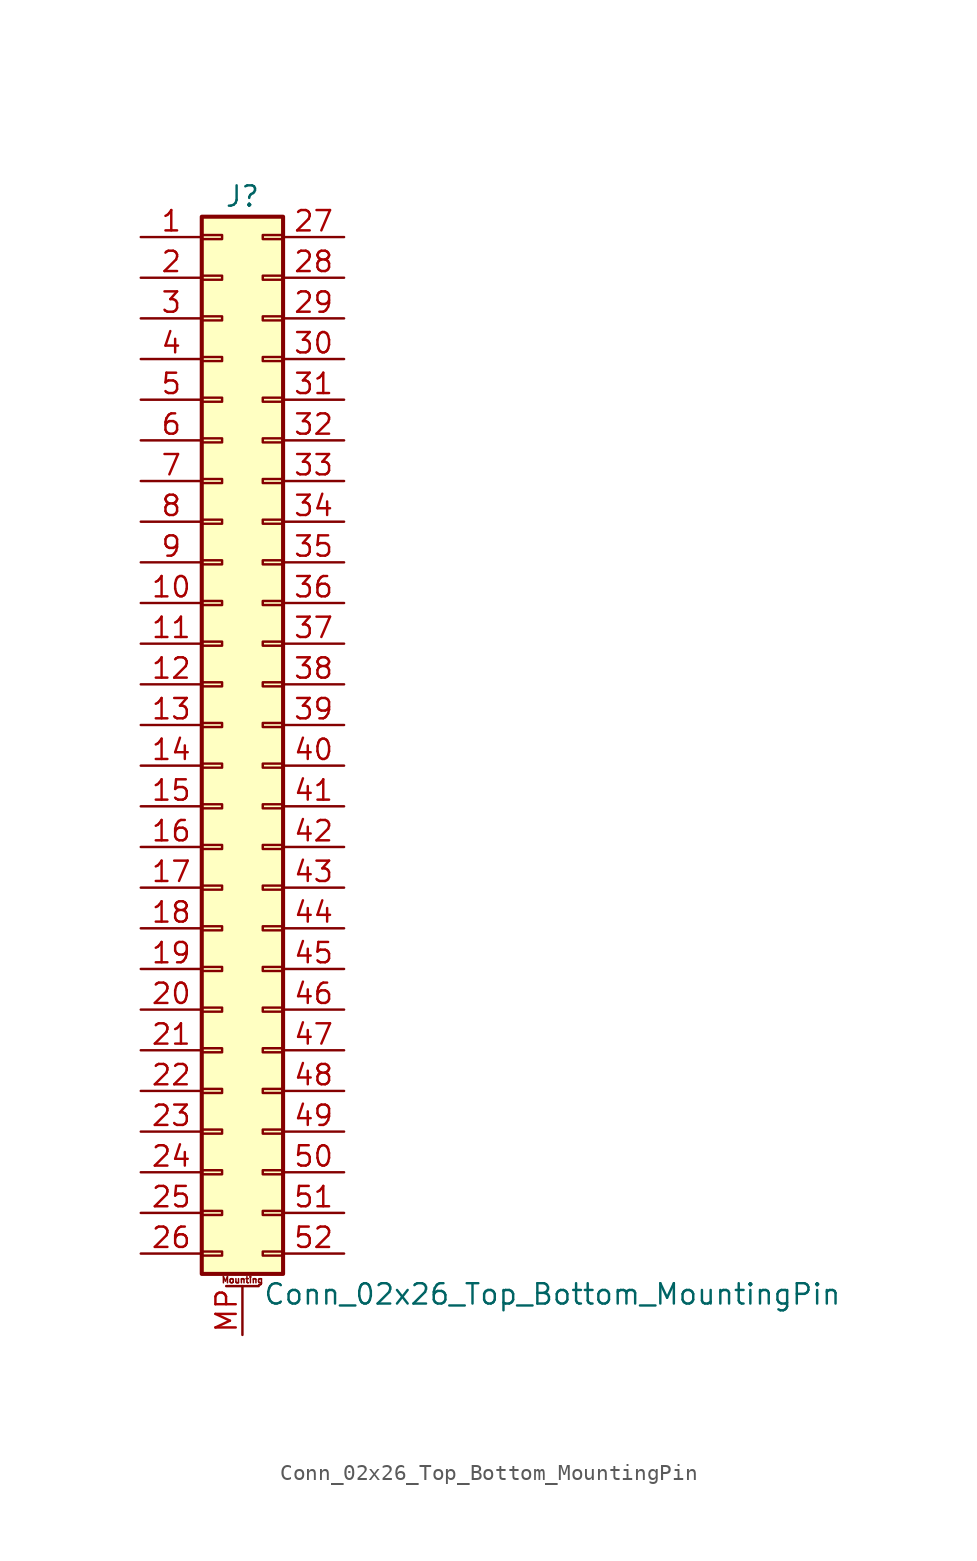
<source format=kicad_sym>
(kicad_symbol_lib
  (version 20201005)
  (generator kicad_symbol_editor)
  (symbol "Conn_02x26_Top_Bottom_MountingPin"
    (pin_names
      (offset 1.016) hide)
    (property "Reference" "J"
      (at 1.27 33.02 0)
      (effects (font (size 1.27 1.27))))
    (property "Value" "Conn_02x26_Top_Bottom_MountingPin"
      (at 2.54 -35.56 0)
      (effects (font (size 1.27 1.27)) (justify left)))
    (symbol "Conn_02x26_Top_Bottom_MountingPin_1_1"
      (text "Mounting" (at 1.27 -34.671 0) (effects (font (size 0.381 0.381))))
      (rectangle (start -1.27 -32.893) (end 0 -33.147) (stroke (width 0.152)) (fill (type none)))
      (rectangle (start -1.27 -30.353) (end 0 -30.607) (stroke (width 0.152)) (fill (type none)))
      (rectangle (start -1.27 -27.813) (end 0 -28.067) (stroke (width 0.152)) (fill (type none)))
      (rectangle (start -1.27 -25.273) (end 0 -25.527) (stroke (width 0.152)) (fill (type none)))
      (rectangle (start -1.27 -22.733) (end 0 -22.987) (stroke (width 0.152)) (fill (type none)))
      (rectangle (start -1.27 -20.193) (end 0 -20.447) (stroke (width 0.152)) (fill (type none)))
      (rectangle (start -1.27 -17.653) (end 0 -17.907) (stroke (width 0.152)) (fill (type none)))
      (rectangle (start -1.27 -15.113) (end 0 -15.367) (stroke (width 0.152)) (fill (type none)))
      (rectangle (start -1.27 -12.573) (end 0 -12.827) (stroke (width 0.152)) (fill (type none)))
      (rectangle (start -1.27 -10.033) (end 0 -10.287) (stroke (width 0.152)) (fill (type none)))
      (rectangle (start -1.27 -7.493) (end 0 -7.747) (stroke (width 0.152)) (fill (type none)))
      (rectangle (start -1.27 -4.953) (end 0 -5.207) (stroke (width 0.152)) (fill (type none)))
      (rectangle (start -1.27 -2.413) (end 0 -2.667) (stroke (width 0.152)) (fill (type none)))
      (rectangle (start -1.27 0.127) (end 0 -0.127) (stroke (width 0.152)) (fill (type none)))
      (rectangle (start -1.27 2.667) (end 0 2.413) (stroke (width 0.152)) (fill (type none)))
      (rectangle (start -1.27 5.207) (end 0 4.953) (stroke (width 0.152)) (fill (type none)))
      (rectangle (start -1.27 7.747) (end 0 7.493) (stroke (width 0.152)) (fill (type none)))
      (rectangle (start -1.27 10.287) (end 0 10.033) (stroke (width 0.152)) (fill (type none)))
      (rectangle (start -1.27 12.827) (end 0 12.573) (stroke (width 0.152)) (fill (type none)))
      (rectangle (start -1.27 15.367) (end 0 15.113) (stroke (width 0.152)) (fill (type none)))
      (rectangle (start -1.27 17.907) (end 0 17.653) (stroke (width 0.152)) (fill (type none)))
      (rectangle (start -1.27 20.447) (end 0 20.193) (stroke (width 0.152)) (fill (type none)))
      (rectangle (start -1.27 22.987) (end 0 22.733) (stroke (width 0.152)) (fill (type none)))
      (rectangle (start -1.27 25.527) (end 0 25.273) (stroke (width 0.152)) (fill (type none)))
      (rectangle (start -1.27 28.067) (end 0 27.813) (stroke (width 0.152)) (fill (type none)))
      (rectangle (start -1.27 30.607) (end 0 30.353) (stroke (width 0.152)) (fill (type none)))
      (rectangle (start 3.81 -32.893) (end 2.54 -33.147) (stroke (width 0.152)) (fill (type none)))
      (rectangle (start 3.81 -30.353) (end 2.54 -30.607) (stroke (width 0.152)) (fill (type none)))
      (rectangle (start 3.81 -27.813) (end 2.54 -28.067) (stroke (width 0.152)) (fill (type none)))
      (rectangle (start 3.81 -25.273) (end 2.54 -25.527) (stroke (width 0.152)) (fill (type none)))
      (rectangle (start 3.81 -22.733) (end 2.54 -22.987) (stroke (width 0.152)) (fill (type none)))
      (rectangle (start 3.81 -20.193) (end 2.54 -20.447) (stroke (width 0.152)) (fill (type none)))
      (rectangle (start 3.81 -17.653) (end 2.54 -17.907) (stroke (width 0.152)) (fill (type none)))
      (rectangle (start 3.81 -15.113) (end 2.54 -15.367) (stroke (width 0.152)) (fill (type none)))
      (rectangle (start 3.81 -12.573) (end 2.54 -12.827) (stroke (width 0.152)) (fill (type none)))
      (rectangle (start 3.81 -10.033) (end 2.54 -10.287) (stroke (width 0.152)) (fill (type none)))
      (rectangle (start 3.81 -7.493) (end 2.54 -7.747) (stroke (width 0.152)) (fill (type none)))
      (rectangle (start 3.81 -4.953) (end 2.54 -5.207) (stroke (width 0.152)) (fill (type none)))
      (rectangle (start 3.81 -2.413) (end 2.54 -2.667) (stroke (width 0.152)) (fill (type none)))
      (rectangle (start 3.81 0.127) (end 2.54 -0.127) (stroke (width 0.152)) (fill (type none)))
      (rectangle (start 3.81 2.667) (end 2.54 2.413) (stroke (width 0.152)) (fill (type none)))
      (rectangle (start 3.81 5.207) (end 2.54 4.953) (stroke (width 0.152)) (fill (type none)))
      (rectangle (start 3.81 7.747) (end 2.54 7.493) (stroke (width 0.152)) (fill (type none)))
      (rectangle (start 3.81 10.287) (end 2.54 10.033) (stroke (width 0.152)) (fill (type none)))
      (rectangle (start 3.81 12.827) (end 2.54 12.573) (stroke (width 0.152)) (fill (type none)))
      (rectangle (start 3.81 15.367) (end 2.54 15.113) (stroke (width 0.152)) (fill (type none)))
      (rectangle (start 3.81 17.907) (end 2.54 17.653) (stroke (width 0.152)) (fill (type none)))
      (rectangle (start 3.81 20.447) (end 2.54 20.193) (stroke (width 0.152)) (fill (type none)))
      (rectangle (start 3.81 22.987) (end 2.54 22.733) (stroke (width 0.152)) (fill (type none)))
      (rectangle (start 3.81 25.527) (end 2.54 25.273) (stroke (width 0.152)) (fill (type none)))
      (rectangle (start 3.81 28.067) (end 2.54 27.813) (stroke (width 0.152)) (fill (type none)))
      (rectangle (start 3.81 30.607) (end 2.54 30.353) (stroke (width 0.152)) (fill (type none)))
      (rectangle (start -1.27 31.75) (end 3.81 -34.29) (stroke (width 0.254)) (fill (type background)))
      (polyline (pts (xy 0.254 -35.052) (xy 2.286 -35.052)) (stroke (width 0.152)) (fill (type none)))
      (pin passive line (at -5.08 30.48 0) (length 3.81) (name "Pin_1" (effects (font (size 1.27 1.27)))) (number "1" (effects (font (size 1.27 1.27)))))
      (pin passive line (at -5.08 7.62 0) (length 3.81) (name "Pin_10" (effects (font (size 1.27 1.27)))) (number "10" (effects (font (size 1.27 1.27)))))
      (pin passive line (at -5.08 5.08 0) (length 3.81) (name "Pin_11" (effects (font (size 1.27 1.27)))) (number "11" (effects (font (size 1.27 1.27)))))
      (pin passive line (at -5.08 2.54 0) (length 3.81) (name "Pin_12" (effects (font (size 1.27 1.27)))) (number "12" (effects (font (size 1.27 1.27)))))
      (pin passive line (at -5.08 0 0) (length 3.81) (name "Pin_13" (effects (font (size 1.27 1.27)))) (number "13" (effects (font (size 1.27 1.27)))))
      (pin passive line (at -5.08 -2.54 0) (length 3.81) (name "Pin_14" (effects (font (size 1.27 1.27)))) (number "14" (effects (font (size 1.27 1.27)))))
      (pin passive line (at -5.08 -5.08 0) (length 3.81) (name "Pin_15" (effects (font (size 1.27 1.27)))) (number "15" (effects (font (size 1.27 1.27)))))
      (pin passive line (at -5.08 -7.62 0) (length 3.81) (name "Pin_16" (effects (font (size 1.27 1.27)))) (number "16" (effects (font (size 1.27 1.27)))))
      (pin passive line (at -5.08 -10.16 0) (length 3.81) (name "Pin_17" (effects (font (size 1.27 1.27)))) (number "17" (effects (font (size 1.27 1.27)))))
      (pin passive line (at -5.08 -12.7 0) (length 3.81) (name "Pin_18" (effects (font (size 1.27 1.27)))) (number "18" (effects (font (size 1.27 1.27)))))
      (pin passive line (at -5.08 -15.24 0) (length 3.81) (name "Pin_19" (effects (font (size 1.27 1.27)))) (number "19" (effects (font (size 1.27 1.27)))))
      (pin passive line (at -5.08 27.94 0) (length 3.81) (name "Pin_2" (effects (font (size 1.27 1.27)))) (number "2" (effects (font (size 1.27 1.27)))))
      (pin passive line (at -5.08 -17.78 0) (length 3.81) (name "Pin_20" (effects (font (size 1.27 1.27)))) (number "20" (effects (font (size 1.27 1.27)))))
      (pin passive line (at -5.08 -20.32 0) (length 3.81) (name "Pin_21" (effects (font (size 1.27 1.27)))) (number "21" (effects (font (size 1.27 1.27)))))
      (pin passive line (at -5.08 -22.86 0) (length 3.81) (name "Pin_22" (effects (font (size 1.27 1.27)))) (number "22" (effects (font (size 1.27 1.27)))))
      (pin passive line (at -5.08 -25.4 0) (length 3.81) (name "Pin_23" (effects (font (size 1.27 1.27)))) (number "23" (effects (font (size 1.27 1.27)))))
      (pin passive line (at -5.08 -27.94 0) (length 3.81) (name "Pin_24" (effects (font (size 1.27 1.27)))) (number "24" (effects (font (size 1.27 1.27)))))
      (pin passive line (at -5.08 -30.48 0) (length 3.81) (name "Pin_25" (effects (font (size 1.27 1.27)))) (number "25" (effects (font (size 1.27 1.27)))))
      (pin passive line (at -5.08 -33.02 0) (length 3.81) (name "Pin_26" (effects (font (size 1.27 1.27)))) (number "26" (effects (font (size 1.27 1.27)))))
      (pin passive line (at 7.62 30.48 180) (length 3.81) (name "Pin_27" (effects (font (size 1.27 1.27)))) (number "27" (effects (font (size 1.27 1.27)))))
      (pin passive line (at 7.62 27.94 180) (length 3.81) (name "Pin_28" (effects (font (size 1.27 1.27)))) (number "28" (effects (font (size 1.27 1.27)))))
      (pin passive line (at 7.62 25.4 180) (length 3.81) (name "Pin_29" (effects (font (size 1.27 1.27)))) (number "29" (effects (font (size 1.27 1.27)))))
      (pin passive line (at -5.08 25.4 0) (length 3.81) (name "Pin_3" (effects (font (size 1.27 1.27)))) (number "3" (effects (font (size 1.27 1.27)))))
      (pin passive line (at 7.62 22.86 180) (length 3.81) (name "Pin_30" (effects (font (size 1.27 1.27)))) (number "30" (effects (font (size 1.27 1.27)))))
      (pin passive line (at 7.62 20.32 180) (length 3.81) (name "Pin_31" (effects (font (size 1.27 1.27)))) (number "31" (effects (font (size 1.27 1.27)))))
      (pin passive line (at 7.62 17.78 180) (length 3.81) (name "Pin_32" (effects (font (size 1.27 1.27)))) (number "32" (effects (font (size 1.27 1.27)))))
      (pin passive line (at 7.62 15.24 180) (length 3.81) (name "Pin_33" (effects (font (size 1.27 1.27)))) (number "33" (effects (font (size 1.27 1.27)))))
      (pin passive line (at 7.62 12.7 180) (length 3.81) (name "Pin_34" (effects (font (size 1.27 1.27)))) (number "34" (effects (font (size 1.27 1.27)))))
      (pin passive line (at 7.62 10.16 180) (length 3.81) (name "Pin_35" (effects (font (size 1.27 1.27)))) (number "35" (effects (font (size 1.27 1.27)))))
      (pin passive line (at 7.62 7.62 180) (length 3.81) (name "Pin_36" (effects (font (size 1.27 1.27)))) (number "36" (effects (font (size 1.27 1.27)))))
      (pin passive line (at 7.62 5.08 180) (length 3.81) (name "Pin_37" (effects (font (size 1.27 1.27)))) (number "37" (effects (font (size 1.27 1.27)))))
      (pin passive line (at 7.62 2.54 180) (length 3.81) (name "Pin_38" (effects (font (size 1.27 1.27)))) (number "38" (effects (font (size 1.27 1.27)))))
      (pin passive line (at 7.62 0 180) (length 3.81) (name "Pin_39" (effects (font (size 1.27 1.27)))) (number "39" (effects (font (size 1.27 1.27)))))
      (pin passive line (at -5.08 22.86 0) (length 3.81) (name "Pin_4" (effects (font (size 1.27 1.27)))) (number "4" (effects (font (size 1.27 1.27)))))
      (pin passive line (at 7.62 -2.54 180) (length 3.81) (name "Pin_40" (effects (font (size 1.27 1.27)))) (number "40" (effects (font (size 1.27 1.27)))))
      (pin passive line (at 7.62 -5.08 180) (length 3.81) (name "Pin_41" (effects (font (size 1.27 1.27)))) (number "41" (effects (font (size 1.27 1.27)))))
      (pin passive line (at 7.62 -7.62 180) (length 3.81) (name "Pin_42" (effects (font (size 1.27 1.27)))) (number "42" (effects (font (size 1.27 1.27)))))
      (pin passive line (at 7.62 -10.16 180) (length 3.81) (name "Pin_43" (effects (font (size 1.27 1.27)))) (number "43" (effects (font (size 1.27 1.27)))))
      (pin passive line (at 7.62 -12.7 180) (length 3.81) (name "Pin_44" (effects (font (size 1.27 1.27)))) (number "44" (effects (font (size 1.27 1.27)))))
      (pin passive line (at 7.62 -15.24 180) (length 3.81) (name "Pin_45" (effects (font (size 1.27 1.27)))) (number "45" (effects (font (size 1.27 1.27)))))
      (pin passive line (at 7.62 -17.78 180) (length 3.81) (name "Pin_46" (effects (font (size 1.27 1.27)))) (number "46" (effects (font (size 1.27 1.27)))))
      (pin passive line (at 7.62 -20.32 180) (length 3.81) (name "Pin_47" (effects (font (size 1.27 1.27)))) (number "47" (effects (font (size 1.27 1.27)))))
      (pin passive line (at 7.62 -22.86 180) (length 3.81) (name "Pin_48" (effects (font (size 1.27 1.27)))) (number "48" (effects (font (size 1.27 1.27)))))
      (pin passive line (at 7.62 -25.4 180) (length 3.81) (name "Pin_49" (effects (font (size 1.27 1.27)))) (number "49" (effects (font (size 1.27 1.27)))))
      (pin passive line (at -5.08 20.32 0) (length 3.81) (name "Pin_5" (effects (font (size 1.27 1.27)))) (number "5" (effects (font (size 1.27 1.27)))))
      (pin passive line (at 7.62 -27.94 180) (length 3.81) (name "Pin_50" (effects (font (size 1.27 1.27)))) (number "50" (effects (font (size 1.27 1.27)))))
      (pin passive line (at 7.62 -30.48 180) (length 3.81) (name "Pin_51" (effects (font (size 1.27 1.27)))) (number "51" (effects (font (size 1.27 1.27)))))
      (pin passive line (at 7.62 -33.02 180) (length 3.81) (name "Pin_52" (effects (font (size 1.27 1.27)))) (number "52" (effects (font (size 1.27 1.27)))))
      (pin passive line (at -5.08 17.78 0) (length 3.81) (name "Pin_6" (effects (font (size 1.27 1.27)))) (number "6" (effects (font (size 1.27 1.27)))))
      (pin passive line (at -5.08 15.24 0) (length 3.81) (name "Pin_7" (effects (font (size 1.27 1.27)))) (number "7" (effects (font (size 1.27 1.27)))))
      (pin passive line (at -5.08 12.7 0) (length 3.81) (name "Pin_8" (effects (font (size 1.27 1.27)))) (number "8" (effects (font (size 1.27 1.27)))))
      (pin passive line (at -5.08 10.16 0) (length 3.81) (name "Pin_9" (effects (font (size 1.27 1.27)))) (number "9" (effects (font (size 1.27 1.27)))))
      (pin passive line (at 1.27 -38.1 90) (length 3.048) (name "MountPin" (effects (font (size 1.27 1.27)))) (number "MP" (effects (font (size 1.27 1.27))))))))
</source>
